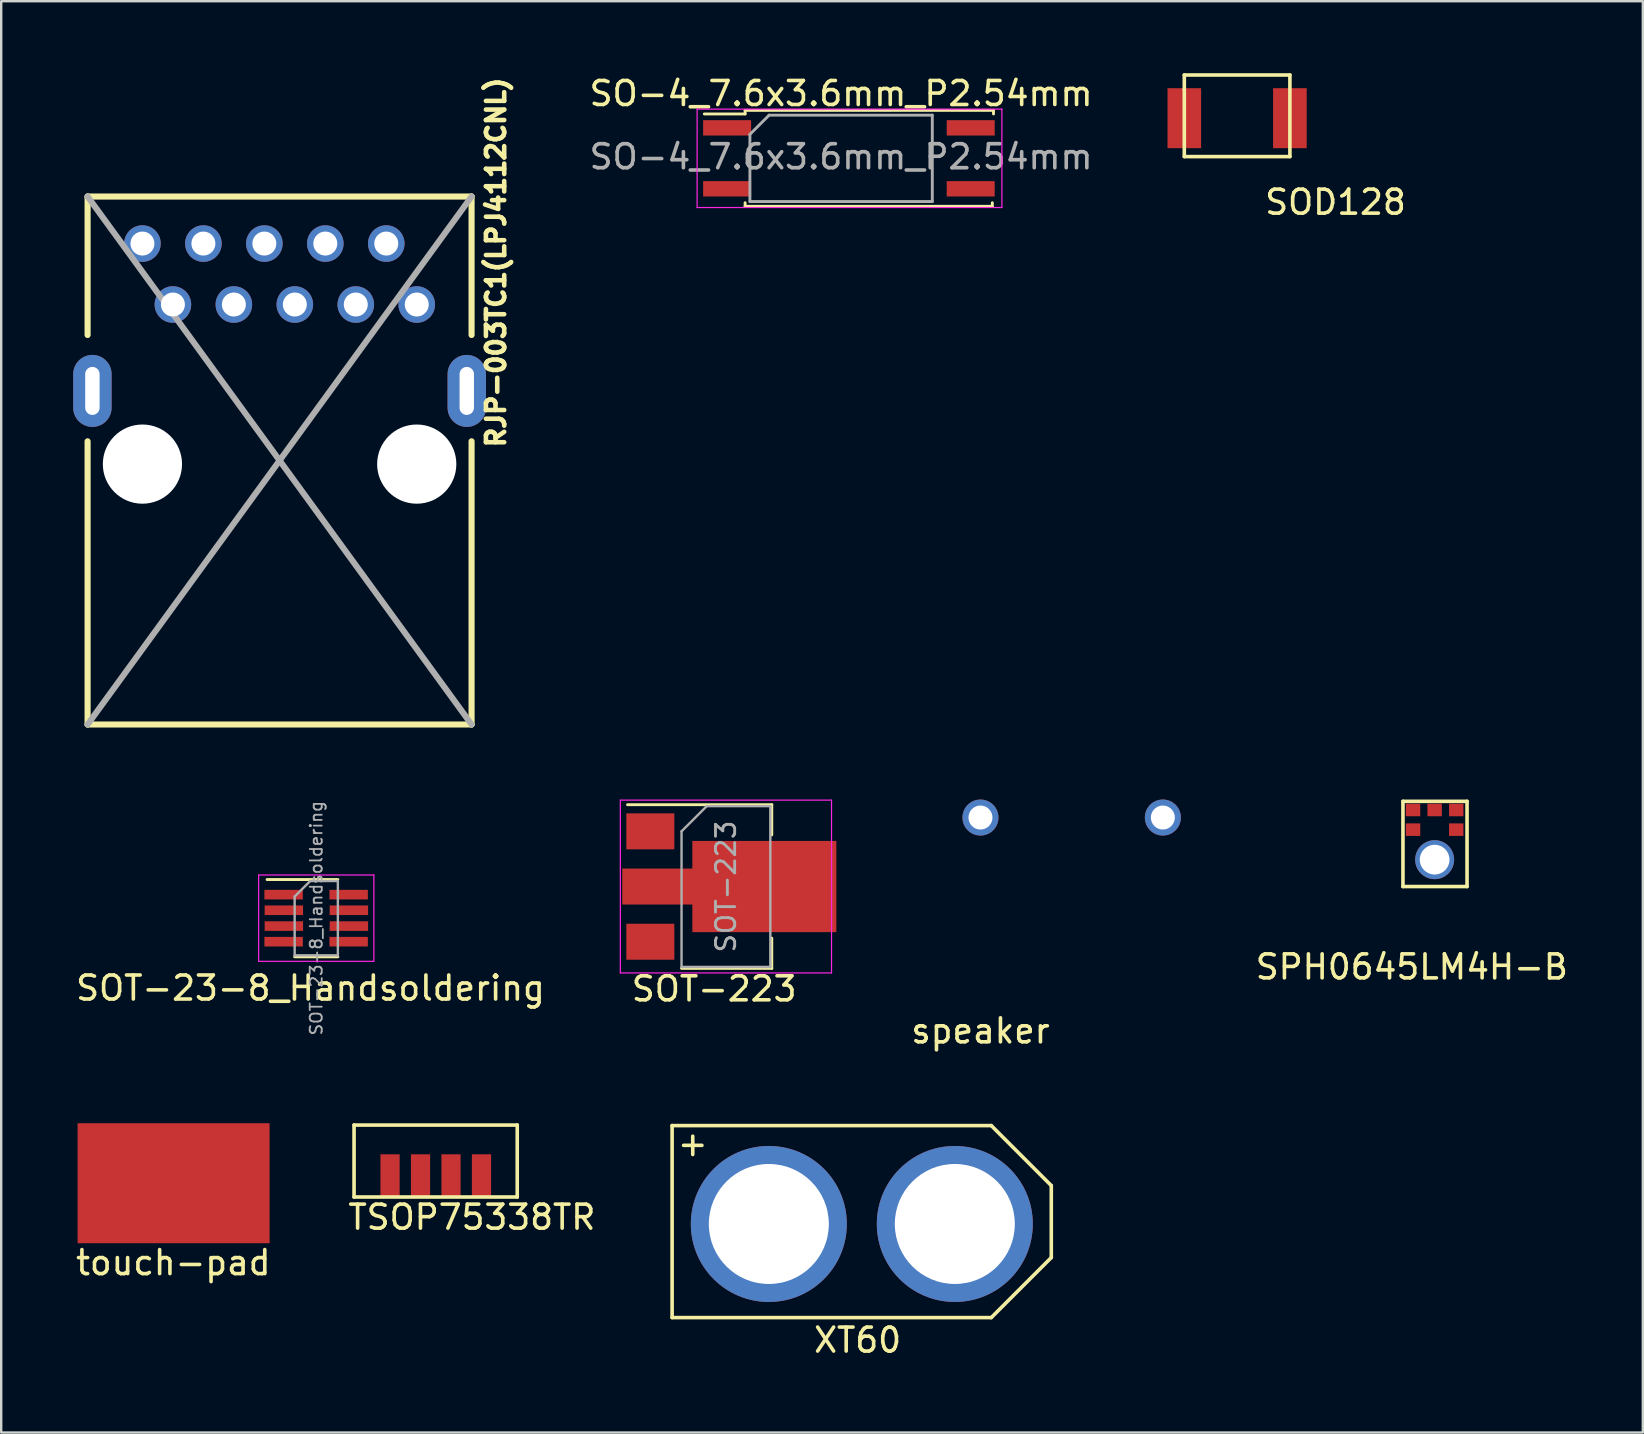
<source format=kicad_pcb>
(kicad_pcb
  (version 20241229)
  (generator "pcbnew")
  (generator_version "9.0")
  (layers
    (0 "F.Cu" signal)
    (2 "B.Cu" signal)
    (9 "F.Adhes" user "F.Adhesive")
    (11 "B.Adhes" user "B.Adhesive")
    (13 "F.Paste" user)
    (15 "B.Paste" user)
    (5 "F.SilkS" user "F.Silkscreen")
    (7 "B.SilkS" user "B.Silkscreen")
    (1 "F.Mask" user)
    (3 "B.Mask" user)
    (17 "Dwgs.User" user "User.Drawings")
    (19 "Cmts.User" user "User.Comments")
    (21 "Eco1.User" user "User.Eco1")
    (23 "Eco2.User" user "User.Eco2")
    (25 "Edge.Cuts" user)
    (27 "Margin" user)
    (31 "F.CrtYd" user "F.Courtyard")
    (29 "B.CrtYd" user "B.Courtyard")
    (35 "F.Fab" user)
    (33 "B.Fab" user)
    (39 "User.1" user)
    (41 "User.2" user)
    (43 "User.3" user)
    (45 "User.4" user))
  (footprint "SOD128"
    (layer "F.Cu")
    (at 46.299 1.875)
    (property "Reference" "SOD128" (at 6.3 3.5 0) (layer "F.SilkS") (effects (font (size 1 1) (thickness 0.15))))
    (attr through_hole)
    (fp_line (start 0 -1.8) (end 4.4 -1.8) (stroke (width 0.15) (type solid)) (layer "F.SilkS"))
    (fp_line (start 0 -1.2) (end 0 -1.8) (stroke (width 0.15) (type solid)) (layer "F.SilkS"))
    (fp_line (start 0 1.6) (end 0 -1.2) (stroke (width 0.15) (type solid)) (layer "F.SilkS"))
    (fp_line (start 4.4 -1.8) (end 4.4 1.6) (stroke (width 0.15) (type solid)) (layer "F.SilkS"))
    (fp_line (start 4.4 1.6) (end 0 1.6) (stroke (width 0.15) (type solid)) (layer "F.SilkS"))
    (pad "1" smd rect (at 0 0) (size 1.4 2.5) (layers "F.Cu" "F.Mask" "F.Paste"))
    (pad "2" smd rect (at 4.4 0) (size 1.4 2.5) (layers "F.Cu" "F.Mask" "F.Paste")))
  (footprint "SPH0645LM4H-B"
    (layer "F.Cu")
    (at 55.83 30.701)
    (property "Reference" "SPH0645LM4H-B" (at -0.05 6.54 0) (layer "F.SilkS") (effects (font (size 1 1) (thickness 0.15))))
    (attr through_hole)
    (fp_line (start -0.42 -0.36) (end 2.25 -0.36) (stroke (width 0.15) (type solid)) (layer "F.SilkS"))
    (fp_line (start -0.42 3.19) (end -0.42 -0.36) (stroke (width 0.15) (type solid)) (layer "F.SilkS"))
    (fp_line (start 2.25 -0.36) (end 2.25 3.19) (stroke (width 0.15) (type solid)) (layer "F.SilkS"))
    (fp_line (start 2.25 3.19) (end -0.42 3.19) (stroke (width 0.15) (type solid)) (layer "F.SilkS"))
    (pad "1" smd rect (at 0 0) (size 0.6 0.522) (layers "F.Cu" "F.Mask" "F.Paste"))
    (pad "2" smd rect (at 0 0.82) (size 0.6 0.522) (layers "F.Cu" "F.Mask" "F.Paste"))
    (pad "3" thru_hole circle (at 0.9 2.07) (size 1.624 1.624) (drill 1.24) (layers "*.Cu" "*.Mask"))
    (pad "4" smd rect (at 1.8 0.82) (size 0.6 0.522) (layers "F.Cu" "F.Mask" "F.Paste"))
    (pad "5" smd rect (at 1.8 0) (size 0.6 0.522) (layers "F.Cu" "F.Mask" "F.Paste"))
    (pad "6" smd rect (at 0.9 0) (size 0.6 0.522) (layers "F.Cu" "F.Mask" "F.Paste")))
  (footprint "SOT-223"
    (layer "F.Cu")
    (at 27.199 33.891)
    (property "Reference" "SOT-223" (at -0.49 4.265 0) (layer "F.SilkS") (effects (font (size 1 1) (thickness 0.15))))
    (attr smd)
    (fp_line (start -4.1 -3.41) (end 1.91 -3.41) (stroke (width 0.12) (type solid)) (layer "F.SilkS"))
    (fp_line (start -1.85 3.41) (end 1.91 3.41) (stroke (width 0.12) (type solid)) (layer "F.SilkS"))
    (fp_line (start 1.91 -3.41) (end 1.91 -2.15) (stroke (width 0.12) (type solid)) (layer "F.SilkS"))
    (fp_line (start 1.91 3.41) (end 1.91 2.15) (stroke (width 0.12) (type solid)) (layer "F.SilkS"))
    (fp_line (start -4.4 -3.6) (end -4.4 3.6) (stroke (width 0.05) (type solid)) (layer "F.CrtYd"))
    (fp_line (start -4.4 3.6) (end 4.4 3.6) (stroke (width 0.05) (type solid)) (layer "F.CrtYd"))
    (fp_line (start 4.4 -3.6) (end -4.4 -3.6) (stroke (width 0.05) (type solid)) (layer "F.CrtYd"))
    (fp_line (start 4.4 3.6) (end 4.4 -3.6) (stroke (width 0.05) (type solid)) (layer "F.CrtYd"))
    (fp_line (start -1.85 -2.3) (end -1.85 3.35) (stroke (width 0.1) (type solid)) (layer "F.Fab"))
    (fp_line (start -1.85 -2.3) (end -0.8 -3.35) (stroke (width 0.1) (type solid)) (layer "F.Fab"))
    (fp_line (start -1.85 3.35) (end 1.85 3.35) (stroke (width 0.1) (type solid)) (layer "F.Fab"))
    (fp_line (start -0.8 -3.35) (end 1.85 -3.35) (stroke (width 0.1) (type solid)) (layer "F.Fab"))
    (fp_line (start 1.85 -3.35) (end 1.85 3.35) (stroke (width 0.1) (type solid)) (layer "F.Fab"))
    (fp_text user "${REFERENCE}" (at 0 0 90) (layer "F.Fab") (effects (font (size 0.8 0.8) (thickness 0.12))))
    (pad "1" smd rect (at -3.15 -2.3) (size 2 1.5) (layers "F.Cu" "F.Mask" "F.Paste"))
    (pad "2" smd rect (at -2.82 0) (size 3 1.5) (layers "F.Cu" "F.Mask" "F.Paste"))
    (pad "2" smd rect (at 1.6 0) (size 6 3.8) (layers "F.Cu" "F.Mask" "F.Paste"))
    (pad "3" smd rect (at -3.15 2.3) (size 2 1.5) (layers "F.Cu" "F.Mask" "F.Paste")))
  (footprint "SOT-23-8_Handsoldering"
    (layer "F.Cu")
    (at 10.128 35.209)
    (property "Reference" "SOT-23-8_Handsoldering" (at -0.241 2.913 0) (layer "F.SilkS") (effects (font (size 1 1) (thickness 0.15))))
    (attr smd)
    (fp_line (start -0.9 1.61) (end 0.9 1.61) (stroke (width 0.12) (type solid)) (layer "F.SilkS"))
    (fp_line (start 0.9 -1.61) (end -2.05 -1.61) (stroke (width 0.12) (type solid)) (layer "F.SilkS"))
    (fp_line (start -2.4 -1.8) (end 2.4 -1.8) (stroke (width 0.05) (type solid)) (layer "F.CrtYd"))
    (fp_line (start -2.4 1.8) (end -2.4 -1.8) (stroke (width 0.05) (type solid)) (layer "F.CrtYd"))
    (fp_line (start 2.4 -1.8) (end 2.4 1.8) (stroke (width 0.05) (type solid)) (layer "F.CrtYd"))
    (fp_line (start 2.4 1.8) (end -2.4 1.8) (stroke (width 0.05) (type solid)) (layer "F.CrtYd"))
    (fp_line (start -0.9 -0.9) (end -0.9 1.55) (stroke (width 0.1) (type solid)) (layer "F.Fab"))
    (fp_line (start -0.9 -0.9) (end -0.25 -1.55) (stroke (width 0.1) (type solid)) (layer "F.Fab"))
    (fp_line (start 0.9 -1.55) (end -0.25 -1.55) (stroke (width 0.1) (type solid)) (layer "F.Fab"))
    (fp_line (start 0.9 -1.55) (end 0.9 1.55) (stroke (width 0.1) (type solid)) (layer "F.Fab"))
    (fp_line (start 0.9 1.55) (end -0.9 1.55) (stroke (width 0.1) (type solid)) (layer "F.Fab"))
    (fp_text user "${REFERENCE}" (at 0 0 90) (layer "F.Fab") (effects (font (size 0.5 0.5) (thickness 0.075))))
    (pad "1" smd rect (at -1.36 -0.98) (size 1.6 0.4) (layers "F.Cu" "F.Mask" "F.Paste"))
    (pad "2" smd rect (at -1.35 -0.33) (size 1.6 0.4) (layers "F.Cu" "F.Mask" "F.Paste"))
    (pad "3" smd rect (at -1.35 0.33) (size 1.6 0.4) (layers "F.Cu" "F.Mask" "F.Paste"))
    (pad "4" smd rect (at -1.36 0.98) (size 1.6 0.4) (layers "F.Cu" "F.Mask" "F.Paste"))
    (pad "5" smd rect (at 1.35 0.98) (size 1.6 0.4) (layers "F.Cu" "F.Mask" "F.Paste"))
    (pad "6" smd rect (at 1.36 0.33) (size 1.6 0.4) (layers "F.Cu" "F.Mask" "F.Paste"))
    (pad "7" smd rect (at 1.36 -0.33) (size 1.6 0.4) (layers "F.Cu" "F.Mask" "F.Paste"))
    (pad "8" smd rect (at 1.35 -0.98) (size 1.6 0.4) (layers "F.Cu" "F.Mask" "F.Paste")))
  (footprint "speaker"
    (layer "F.Cu")
    (at 37.805 31.016)
    (property "Reference" "speaker" (at 0 8.89 0) (layer "F.SilkS") (effects (font (size 1 1) (thickness 0.15))))
    (attr through_hole)
    (pad "1" thru_hole circle (at 0 0) (size 1.5 1.5) (drill 1) (layers "*.Cu" "*.Mask"))
    (pad "1" thru_hole circle (at 7.6 0) (size 1.5 1.5) (drill 1) (layers "*.Cu" "*.Mask")))
  (footprint "RJP-003TC1(LPJ4112CNL)"
    (layer "F.Cu")
    (at 8.6 16.139)
    (property "Reference" "RJP-003TC1(LPJ4112CNL)" (at 9.017 -8.255 90) (layer "F.SilkS") (effects (font (size 0.762 0.762) (thickness 0.191))))
    (attr exclude_from_pos_files exclude_from_bom)
    (fp_line (start -8 -11) (end 8 -11) (stroke (width 0.254) (type solid)) (layer "F.SilkS"))
    (fp_line (start -8 -5.23) (end -8 -11) (stroke (width 0.254) (type solid)) (layer "F.SilkS"))
    (fp_line (start -8 11) (end -8 -0.8) (stroke (width 0.254) (type solid)) (layer "F.SilkS"))
    (fp_line (start 8 -11) (end 8 -5.23) (stroke (width 0.254) (type solid)) (layer "F.SilkS"))
    (fp_line (start 8 -0.8) (end 8 11) (stroke (width 0.254) (type solid)) (layer "F.SilkS"))
    (fp_line (start 8 11) (end -8 11) (stroke (width 0.254) (type solid)) (layer "F.SilkS"))
    (fp_line (start -8 -11) (end 8 11) (stroke (width 0.254) (type solid)) (layer "F.Fab"))
    (fp_line (start 8 -11) (end -8 11) (stroke (width 0.254) (type solid)) (layer "F.Fab"))
    (pad "" np_thru_hole circle (at -5.715 0.15) (size 3.3 3.3) (drill 3.3) (layers "*.Cu" "*.Mask"))
    (pad "" np_thru_hole circle (at 5.715 0.15) (size 3.3 3.3) (drill 3.3) (layers "*.Cu" "*.Mask"))
    (pad "0" thru_hole oval (at -7.8 -2.9) (size 1.6 3) (drill oval 0.6 2) (layers "*.Cu" "*.Mask"))
    (pad "0" thru_hole oval (at 7.8 -2.9) (size 1.6 3) (drill oval 0.6 2) (layers "*.Cu" "*.Mask"))
    (pad "1" thru_hole circle (at -5.715 -9.04) (size 1.524 1.524) (drill 1) (layers "*.Cu" "*.Mask"))
    (pad "1" thru_hole circle (at -4.445 -6.5) (size 1.524 1.524) (drill 1) (layers "*.Cu" "*.Mask"))
    (pad "2" thru_hole circle (at -3.175 -9.04) (size 1.524 1.524) (drill 1) (layers "*.Cu" "*.Mask"))
    (pad "3" thru_hole circle (at -1.905 -6.5) (size 1.524 1.524) (drill 1) (layers "*.Cu" "*.Mask"))
    (pad "4" thru_hole circle (at -0.635 -9.04) (size 1.524 1.524) (drill 1) (layers "*.Cu" "*.Mask"))
    (pad "5" thru_hole circle (at 0.635 -6.5) (size 1.524 1.524) (drill 1) (layers "*.Cu" "*.Mask"))
    (pad "6" thru_hole circle (at 1.905 -9.04) (size 1.524 1.524) (drill 1) (layers "*.Cu" "*.Mask"))
    (pad "7" thru_hole circle (at 3.175 -6.5) (size 1.524 1.524) (drill 1) (layers "*.Cu" "*.Mask"))
    (pad "8" thru_hole circle (at 4.445 -9.04) (size 1.524 1.524) (drill 1) (layers "*.Cu" "*.Mask"))
    (pad "8" thru_hole circle (at 5.715 -6.5) (size 1.524 1.524) (drill 1) (layers "*.Cu" "*.Mask")))
  (footprint "touch-pad"
    (layer "F.Cu")
    (at 4.183 46.254)
    (property "Reference" "touch-pad" (at -0.01 3.31 0) (layer "F.SilkS") (effects (font (size 1 1) (thickness 0.15))))
    (attr through_hole)
    (pad "1" smd rect (at 0 0) (size 8 5) (layers "F.Cu" "F.Mask" "F.Paste")))
  (footprint "TSOP75338TR"
    (layer "F.Cu")
    (at 15.103 45.639)
    (property "Reference" "TSOP75338TR" (at 1.51 2.03 0) (layer "F.SilkS") (effects (font (size 1 1) (thickness 0.15))))
    (attr through_hole)
    (fp_line (start -3.4 -1.81) (end 3.4 -1.81) (stroke (width 0.15) (type solid)) (layer "F.SilkS"))
    (fp_line (start -3.4 1.19) (end -3.4 -1.81) (stroke (width 0.15) (type solid)) (layer "F.SilkS"))
    (fp_line (start 3.4 -1.81) (end 3.4 1.19) (stroke (width 0.15) (type solid)) (layer "F.SilkS"))
    (fp_line (start 3.4 1.19) (end -3.4 1.19) (stroke (width 0.15) (type solid)) (layer "F.SilkS"))
    (pad "GND" smd rect (at -1.9 0.31) (size 0.8 1.8) (layers "F.Cu" "F.Mask" "F.Paste"))
    (pad "GND" smd rect (at 1.91 0.31) (size 0.8 1.8) (layers "F.Cu" "F.Mask" "F.Paste"))
    (pad "OUT" smd rect (at 0.64 0.31) (size 0.8 1.8) (layers "F.Cu" "F.Mask" "F.Paste"))
    (pad "Vs" smd rect (at -0.63 0.31) (size 0.8 1.8) (layers "F.Cu" "F.Mask" "F.Paste")))
  (footprint "XT60"
    (layer "F.Cu")
    (at 32.856 47.952)
    (property "Reference" "XT60" (at -0.17 4.84 0) (layer "F.SilkS") (effects (font (size 1 1) (thickness 0.15))))
    (attr through_hole)
    (fp_line (start -7.9 -4.1) (end -7.9 3.9) (stroke (width 0.15) (type solid)) (layer "F.SilkS"))
    (fp_line (start -7.9 3.9) (end 5.4 3.9) (stroke (width 0.15) (type solid)) (layer "F.SilkS"))
    (fp_line (start 5.4 -4.1) (end -7.9 -4.1) (stroke (width 0.15) (type solid)) (layer "F.SilkS"))
    (fp_line (start 5.4 3.9) (end 7.9 1.4) (stroke (width 0.15) (type solid)) (layer "F.SilkS"))
    (fp_line (start 7.9 -1.6) (end 5.4 -4.1) (stroke (width 0.15) (type solid)) (layer "F.SilkS"))
    (fp_line (start 7.9 1.4) (end 7.9 -1.6) (stroke (width 0.15) (type solid)) (layer "F.SilkS"))
    (fp_text user "+" (at -7.04 -3.35 0) (layer "F.SilkS") (effects (font (size 1 1) (thickness 0.15))))
    (pad "1" thru_hole circle (at -3.87 0) (size 6.5 6.5) (drill 5) (layers "*.Cu" "*.Mask"))
    (pad "2" thru_hole circle (at 3.88 0) (size 6.5 6.5) (drill 5) (layers "*.Cu" "*.Mask")))
  (footprint "SO-4_7.6x3.6mm_P2.54mm"
    (layer "F.Cu")
    (at 31.998 3.548)
    (property "Reference" "SO-4_7.6x3.6mm_P2.54mm" (at 0 -2.7 0) (layer "F.SilkS") (effects (font (size 1 1) (thickness 0.15))))
    (attr smd)
    (fp_line (start -4 -2) (end 6.35 -2) (stroke (width 0.12) (type solid)) (layer "F.SilkS"))
    (fp_line (start -4 -1.85) (end -5.7 -1.85) (stroke (width 0.12) (type solid)) (layer "F.SilkS"))
    (fp_line (start -4 -1.85) (end -4 -2) (stroke (width 0.12) (type solid)) (layer "F.SilkS"))
    (fp_line (start -4 2) (end -4 1.85) (stroke (width 0.12) (type solid)) (layer "F.SilkS"))
    (fp_line (start 6.3 1.85) (end 6.3 2) (stroke (width 0.12) (type solid)) (layer "F.SilkS"))
    (fp_line (start 6.3 2) (end -4 2) (stroke (width 0.12) (type solid)) (layer "F.SilkS"))
    (fp_line (start 6.35 -2) (end 6.35 -1.85) (stroke (width 0.12) (type solid)) (layer "F.SilkS"))
    (fp_line (start -6 -2.05) (end -6 2.05) (stroke (width 0.05) (type solid)) (layer "F.CrtYd"))
    (fp_line (start -6 -2.05) (end 6.7 -2.05) (stroke (width 0.05) (type solid)) (layer "F.CrtYd"))
    (fp_line (start 6.7 2.05) (end -6 2.05) (stroke (width 0.05) (type solid)) (layer "F.CrtYd"))
    (fp_line (start 6.7 2.05) (end 6.7 -2.05) (stroke (width 0.05) (type solid)) (layer "F.CrtYd"))
    (fp_line (start -3.8 -1) (end -3 -1.8) (stroke (width 0.12) (type solid)) (layer "F.Fab"))
    (fp_line (start -3.8 1.8) (end -3.8 -1) (stroke (width 0.12) (type solid)) (layer "F.Fab"))
    (fp_line (start -3 -1.8) (end 3.8 -1.8) (stroke (width 0.12) (type solid)) (layer "F.Fab"))
    (fp_line (start 3.8 -1.8) (end 3.8 1.8) (stroke (width 0.12) (type solid)) (layer "F.Fab"))
    (fp_line (start 3.8 1.8) (end -3.8 1.8) (stroke (width 0.12) (type solid)) (layer "F.Fab"))
    (fp_text user "${REFERENCE}" (at 0 -0.065 0) (layer "F.Fab") (effects (font (size 1 1) (thickness 0.15))))
    (pad "1" smd rect (at -4.75 -1.27) (size 2 0.64) (layers "F.Cu" "F.Mask" "F.Paste"))
    (pad "2" smd rect (at -4.75 1.27) (size 2 0.64) (layers "F.Cu" "F.Mask" "F.Paste"))
    (pad "3" smd rect (at 5.4 1.27) (size 2 0.64) (layers "F.Cu" "F.Mask" "F.Paste"))
    (pad "4" smd rect (at 5.4 -1.27) (size 2 0.64) (layers "F.Cu" "F.Mask" "F.Paste")))
  (gr_rect
    (start -3 -3)
    (end 65.405 56.641)
    (stroke (width 0.1) (type default))
    (fill no)
    (layer "Edge.Cuts")))
</source>
